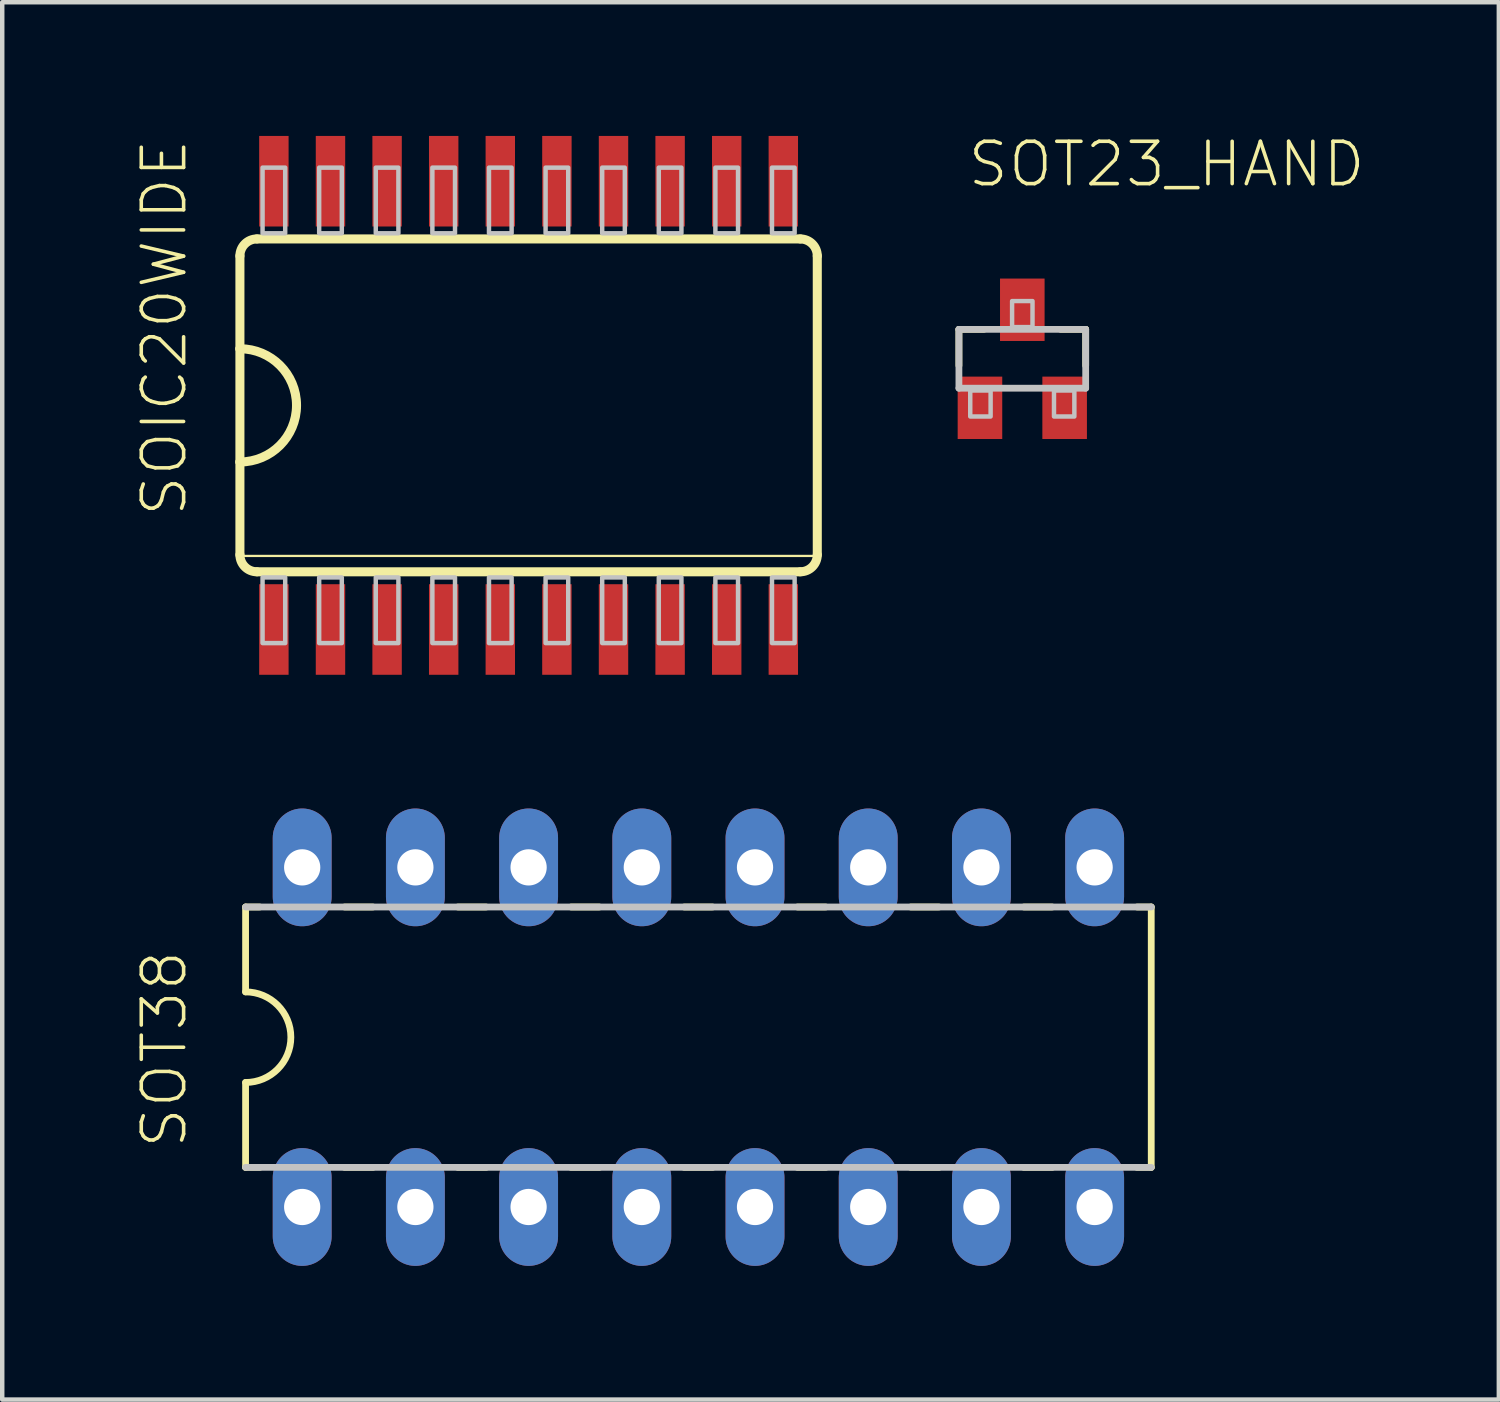
<source format=kicad_pcb>
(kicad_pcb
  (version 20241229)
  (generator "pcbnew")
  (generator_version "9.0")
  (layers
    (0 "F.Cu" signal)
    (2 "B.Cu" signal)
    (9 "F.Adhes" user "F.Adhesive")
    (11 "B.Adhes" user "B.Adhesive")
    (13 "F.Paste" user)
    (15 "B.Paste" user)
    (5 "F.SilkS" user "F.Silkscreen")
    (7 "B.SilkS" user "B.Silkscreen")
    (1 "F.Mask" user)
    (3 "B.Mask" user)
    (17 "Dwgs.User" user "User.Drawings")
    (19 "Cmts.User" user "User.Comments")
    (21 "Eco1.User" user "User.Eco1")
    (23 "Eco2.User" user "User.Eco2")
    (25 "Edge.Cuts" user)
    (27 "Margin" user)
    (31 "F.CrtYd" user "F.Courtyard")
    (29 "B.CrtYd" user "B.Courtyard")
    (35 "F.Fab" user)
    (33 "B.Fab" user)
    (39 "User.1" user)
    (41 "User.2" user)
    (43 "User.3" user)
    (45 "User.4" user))
  (footprint "SOIC20WIDE"
    (layer "F.Cu")
    (at 8.81 6.045)
    (property "Reference" "SOIC20WIDE" (at -7.62 2.54 90) (layer "F.SilkS") (effects (font (size 0.95 0.95) (thickness 0.08)) (justify left bottom)))
    (attr through_hole)
    (fp_line (start -6.477 -3.353) (end -6.477 -1.27) (stroke (width 0.203) (type solid)) (layer "F.SilkS"))
    (fp_line (start -6.477 -1.27) (end -6.477 1.27) (stroke (width 0.203) (type solid)) (layer "F.SilkS"))
    (fp_line (start -6.477 1.27) (end -6.477 3.353) (stroke (width 0.203) (type solid)) (layer "F.SilkS"))
    (fp_line (start -6.477 3.378) (end 6.477 3.378) (stroke (width 0.051) (type solid)) (layer "F.SilkS"))
    (fp_line (start -6.096 3.734) (end 6.096 3.734) (stroke (width 0.203) (type solid)) (layer "F.SilkS"))
    (fp_line (start 6.096 -3.734) (end -6.096 -3.734) (stroke (width 0.203) (type solid)) (layer "F.SilkS"))
    (fp_line (start 6.477 3.353) (end 6.477 -3.353) (stroke (width 0.203) (type solid)) (layer "F.SilkS"))
    (fp_arc (start -6.477 -3.3528) (mid -6.365408 -3.622208) (end -6.096 -3.7338) (stroke (width 0.2032) (type solid)) (layer "F.SilkS"))
    (fp_arc (start -6.477 -1.27) (mid -5.207 0) (end -6.477 1.27) (stroke (width 0.2032) (type solid)) (layer "F.SilkS"))
    (fp_arc (start -6.096 3.7338) (mid -6.365408 3.622208) (end -6.477 3.3528) (stroke (width 0.2032) (type solid)) (layer "F.SilkS"))
    (fp_arc (start 6.096 -3.7338) (mid 6.365408 -3.622208) (end 6.477 -3.3528) (stroke (width 0.2032) (type solid)) (layer "F.SilkS"))
    (fp_arc (start 6.477 3.3528) (mid 6.365408 3.622208) (end 6.096 3.7338) (stroke (width 0.2032) (type solid)) (layer "F.SilkS"))
    (fp_poly (pts (xy -5.969 -3.734) (xy -5.461 -3.734) (xy -5.461 -3.861) (xy -5.969 -3.861)) (stroke (width 0) (type solid)) (fill yes) (layer "F.SilkS"))
    (fp_poly (pts (xy -5.969 3.861) (xy -5.461 3.861) (xy -5.461 3.734) (xy -5.969 3.734)) (stroke (width 0) (type solid)) (fill yes) (layer "F.SilkS"))
    (fp_poly (pts (xy -4.699 -3.734) (xy -4.191 -3.734) (xy -4.191 -3.861) (xy -4.699 -3.861)) (stroke (width 0) (type solid)) (fill yes) (layer "F.SilkS"))
    (fp_poly (pts (xy -4.699 3.861) (xy -4.191 3.861) (xy -4.191 3.734) (xy -4.699 3.734)) (stroke (width 0) (type solid)) (fill yes) (layer "F.SilkS"))
    (fp_poly (pts (xy -3.429 -3.734) (xy -2.921 -3.734) (xy -2.921 -3.861) (xy -3.429 -3.861)) (stroke (width 0) (type solid)) (fill yes) (layer "F.SilkS"))
    (fp_poly (pts (xy -3.429 3.861) (xy -2.921 3.861) (xy -2.921 3.734) (xy -3.429 3.734)) (stroke (width 0) (type solid)) (fill yes) (layer "F.SilkS"))
    (fp_poly (pts (xy -2.159 -3.734) (xy -1.651 -3.734) (xy -1.651 -3.861) (xy -2.159 -3.861)) (stroke (width 0) (type solid)) (fill yes) (layer "F.SilkS"))
    (fp_poly (pts (xy -2.159 3.861) (xy -1.651 3.861) (xy -1.651 3.734) (xy -2.159 3.734)) (stroke (width 0) (type solid)) (fill yes) (layer "F.SilkS"))
    (fp_poly (pts (xy -0.889 -3.734) (xy -0.381 -3.734) (xy -0.381 -3.861) (xy -0.889 -3.861)) (stroke (width 0) (type solid)) (fill yes) (layer "F.SilkS"))
    (fp_poly (pts (xy -0.889 3.861) (xy -0.381 3.861) (xy -0.381 3.734) (xy -0.889 3.734)) (stroke (width 0) (type solid)) (fill yes) (layer "F.SilkS"))
    (fp_poly (pts (xy 0.381 -3.734) (xy 0.889 -3.734) (xy 0.889 -3.861) (xy 0.381 -3.861)) (stroke (width 0) (type solid)) (fill yes) (layer "F.SilkS"))
    (fp_poly (pts (xy 0.381 3.861) (xy 0.889 3.861) (xy 0.889 3.734) (xy 0.381 3.734)) (stroke (width 0) (type solid)) (fill yes) (layer "F.SilkS"))
    (fp_poly (pts (xy 1.651 -3.734) (xy 2.159 -3.734) (xy 2.159 -3.861) (xy 1.651 -3.861)) (stroke (width 0) (type solid)) (fill yes) (layer "F.SilkS"))
    (fp_poly (pts (xy 1.651 3.861) (xy 2.159 3.861) (xy 2.159 3.734) (xy 1.651 3.734)) (stroke (width 0) (type solid)) (fill yes) (layer "F.SilkS"))
    (fp_poly (pts (xy 2.921 -3.734) (xy 3.429 -3.734) (xy 3.429 -3.861) (xy 2.921 -3.861)) (stroke (width 0) (type solid)) (fill yes) (layer "F.SilkS"))
    (fp_poly (pts (xy 2.921 3.861) (xy 3.429 3.861) (xy 3.429 3.734) (xy 2.921 3.734)) (stroke (width 0) (type solid)) (fill yes) (layer "F.SilkS"))
    (fp_poly (pts (xy 4.191 -3.734) (xy 4.699 -3.734) (xy 4.699 -3.861) (xy 4.191 -3.861)) (stroke (width 0) (type solid)) (fill yes) (layer "F.SilkS"))
    (fp_poly (pts (xy 4.191 3.861) (xy 4.699 3.861) (xy 4.699 3.734) (xy 4.191 3.734)) (stroke (width 0) (type solid)) (fill yes) (layer "F.SilkS"))
    (fp_poly (pts (xy 5.461 -3.734) (xy 5.969 -3.734) (xy 5.969 -3.861) (xy 5.461 -3.861)) (stroke (width 0) (type solid)) (fill yes) (layer "F.SilkS"))
    (fp_poly (pts (xy 5.461 3.861) (xy 5.969 3.861) (xy 5.969 3.734) (xy 5.461 3.734)) (stroke (width 0) (type solid)) (fill yes) (layer "F.SilkS"))
    (fp_poly (pts (xy -5.969 -3.861) (xy -5.461 -3.861) (xy -5.461 -5.334) (xy -5.969 -5.334)) (stroke (width 0.1) (type solid)) (fill no) (layer "Dwgs.User"))
    (fp_poly (pts (xy -5.969 5.334) (xy -5.461 5.334) (xy -5.461 3.861) (xy -5.969 3.861)) (stroke (width 0.1) (type solid)) (fill no) (layer "Dwgs.User"))
    (fp_poly (pts (xy -4.699 -3.861) (xy -4.191 -3.861) (xy -4.191 -5.334) (xy -4.699 -5.334)) (stroke (width 0.1) (type solid)) (fill no) (layer "Dwgs.User"))
    (fp_poly (pts (xy -4.699 5.334) (xy -4.191 5.334) (xy -4.191 3.861) (xy -4.699 3.861)) (stroke (width 0.1) (type solid)) (fill no) (layer "Dwgs.User"))
    (fp_poly (pts (xy -3.429 -3.861) (xy -2.921 -3.861) (xy -2.921 -5.334) (xy -3.429 -5.334)) (stroke (width 0.1) (type solid)) (fill no) (layer "Dwgs.User"))
    (fp_poly (pts (xy -3.429 5.334) (xy -2.921 5.334) (xy -2.921 3.861) (xy -3.429 3.861)) (stroke (width 0.1) (type solid)) (fill no) (layer "Dwgs.User"))
    (fp_poly (pts (xy -2.159 -3.861) (xy -1.651 -3.861) (xy -1.651 -5.334) (xy -2.159 -5.334)) (stroke (width 0.1) (type solid)) (fill no) (layer "Dwgs.User"))
    (fp_poly (pts (xy -2.159 5.334) (xy -1.651 5.334) (xy -1.651 3.861) (xy -2.159 3.861)) (stroke (width 0.1) (type solid)) (fill no) (layer "Dwgs.User"))
    (fp_poly (pts (xy -0.889 -3.861) (xy -0.381 -3.861) (xy -0.381 -5.334) (xy -0.889 -5.334)) (stroke (width 0.1) (type solid)) (fill no) (layer "Dwgs.User"))
    (fp_poly (pts (xy -0.889 5.334) (xy -0.381 5.334) (xy -0.381 3.861) (xy -0.889 3.861)) (stroke (width 0.1) (type solid)) (fill no) (layer "Dwgs.User"))
    (fp_poly (pts (xy 0.381 -3.861) (xy 0.889 -3.861) (xy 0.889 -5.334) (xy 0.381 -5.334)) (stroke (width 0.1) (type solid)) (fill no) (layer "Dwgs.User"))
    (fp_poly (pts (xy 0.381 5.334) (xy 0.889 5.334) (xy 0.889 3.861) (xy 0.381 3.861)) (stroke (width 0.1) (type solid)) (fill no) (layer "Dwgs.User"))
    (fp_poly (pts (xy 1.651 -3.861) (xy 2.159 -3.861) (xy 2.159 -5.334) (xy 1.651 -5.334)) (stroke (width 0.1) (type solid)) (fill no) (layer "Dwgs.User"))
    (fp_poly (pts (xy 1.651 5.334) (xy 2.159 5.334) (xy 2.159 3.861) (xy 1.651 3.861)) (stroke (width 0.1) (type solid)) (fill no) (layer "Dwgs.User"))
    (fp_poly (pts (xy 2.921 -3.861) (xy 3.429 -3.861) (xy 3.429 -5.334) (xy 2.921 -5.334)) (stroke (width 0.1) (type solid)) (fill no) (layer "Dwgs.User"))
    (fp_poly (pts (xy 2.921 5.334) (xy 3.429 5.334) (xy 3.429 3.861) (xy 2.921 3.861)) (stroke (width 0.1) (type solid)) (fill no) (layer "Dwgs.User"))
    (fp_poly (pts (xy 4.191 -3.861) (xy 4.699 -3.861) (xy 4.699 -5.334) (xy 4.191 -5.334)) (stroke (width 0.1) (type solid)) (fill no) (layer "Dwgs.User"))
    (fp_poly (pts (xy 4.191 5.334) (xy 4.699 5.334) (xy 4.699 3.861) (xy 4.191 3.861)) (stroke (width 0.1) (type solid)) (fill no) (layer "Dwgs.User"))
    (fp_poly (pts (xy 5.461 -3.861) (xy 5.969 -3.861) (xy 5.969 -5.334) (xy 5.461 -5.334)) (stroke (width 0.1) (type solid)) (fill no) (layer "Dwgs.User"))
    (fp_poly (pts (xy 5.461 5.334) (xy 5.969 5.334) (xy 5.969 3.861) (xy 5.461 3.861)) (stroke (width 0.1) (type solid)) (fill no) (layer "Dwgs.User"))
    (pad "1" smd rect (at -5.715 5.029) (size 0.66 2.032) (layers "F.Cu" "F.Mask" "F.Paste"))
    (pad "2" smd rect (at -4.445 5.029) (size 0.66 2.032) (layers "F.Cu" "F.Mask" "F.Paste"))
    (pad "3" smd rect (at -3.175 5.029) (size 0.66 2.032) (layers "F.Cu" "F.Mask" "F.Paste"))
    (pad "4" smd rect (at -1.905 5.029) (size 0.66 2.032) (layers "F.Cu" "F.Mask" "F.Paste"))
    (pad "5" smd rect (at -0.635 5.029) (size 0.66 2.032) (layers "F.Cu" "F.Mask" "F.Paste"))
    (pad "6" smd rect (at 0.635 5.029) (size 0.66 2.032) (layers "F.Cu" "F.Mask" "F.Paste"))
    (pad "7" smd rect (at 1.905 5.029) (size 0.66 2.032) (layers "F.Cu" "F.Mask" "F.Paste"))
    (pad "8" smd rect (at 3.175 5.029) (size 0.66 2.032) (layers "F.Cu" "F.Mask" "F.Paste"))
    (pad "9" smd rect (at 4.445 5.029) (size 0.66 2.032) (layers "F.Cu" "F.Mask" "F.Paste"))
    (pad "10" smd rect (at 5.715 5.029) (size 0.66 2.032) (layers "F.Cu" "F.Mask" "F.Paste"))
    (pad "11" smd rect (at 5.715 -5.029) (size 0.66 2.032) (layers "F.Cu" "F.Mask" "F.Paste"))
    (pad "12" smd rect (at 4.445 -5.029) (size 0.66 2.032) (layers "F.Cu" "F.Mask" "F.Paste"))
    (pad "13" smd rect (at 3.175 -5.029) (size 0.66 2.032) (layers "F.Cu" "F.Mask" "F.Paste"))
    (pad "14" smd rect (at 1.905 -5.029) (size 0.66 2.032) (layers "F.Cu" "F.Mask" "F.Paste"))
    (pad "15" smd rect (at 0.635 -5.029) (size 0.66 2.032) (layers "F.Cu" "F.Mask" "F.Paste"))
    (pad "16" smd rect (at -0.635 -5.029) (size 0.66 2.032) (layers "F.Cu" "F.Mask" "F.Paste"))
    (pad "17" smd rect (at -1.905 -5.029) (size 0.66 2.032) (layers "F.Cu" "F.Mask" "F.Paste"))
    (pad "18" smd rect (at -3.175 -5.029) (size 0.66 2.032) (layers "F.Cu" "F.Mask" "F.Paste"))
    (pad "19" smd rect (at -4.445 -5.029) (size 0.66 2.032) (layers "F.Cu" "F.Mask" "F.Paste"))
    (pad "20" smd rect (at -5.715 -5.029) (size 0.66 2.032) (layers "F.Cu" "F.Mask" "F.Paste")))
  (footprint "SOT38"
    (layer "F.Cu")
    (at 12.62 20.221)
    (property "Reference" "SOT38" (at -11.43 2.54 90) (layer "F.SilkS") (effects (font (size 0.95 0.95) (thickness 0.08)) (justify left bottom)))
    (attr through_hole)
    (fp_line (start -10.16 -2.921) (end -10.16 -1.016) (stroke (width 0.152) (type solid)) (layer "F.SilkS"))
    (fp_line (start -10.16 2.921) (end -10.16 1.016) (stroke (width 0.152) (type solid)) (layer "F.SilkS"))
    (fp_line (start -9.842 -2.921) (end -10.16 -2.921) (stroke (width 0.152) (type solid)) (layer "F.SilkS"))
    (fp_line (start -9.842 2.921) (end -10.16 2.921) (stroke (width 0.152) (type solid)) (layer "F.SilkS"))
    (fp_line (start -7.303 -2.921) (end -7.938 -2.921) (stroke (width 0.152) (type solid)) (layer "F.SilkS"))
    (fp_line (start -7.303 2.921) (end -7.938 2.921) (stroke (width 0.152) (type solid)) (layer "F.SilkS"))
    (fp_line (start -4.763 -2.921) (end -5.397 -2.921) (stroke (width 0.152) (type solid)) (layer "F.SilkS"))
    (fp_line (start -4.763 2.921) (end -5.397 2.921) (stroke (width 0.152) (type solid)) (layer "F.SilkS"))
    (fp_line (start -2.223 -2.921) (end -2.857 -2.921) (stroke (width 0.152) (type solid)) (layer "F.SilkS"))
    (fp_line (start -2.223 2.921) (end -2.857 2.921) (stroke (width 0.152) (type solid)) (layer "F.SilkS"))
    (fp_line (start 0.318 -2.921) (end -0.318 -2.921) (stroke (width 0.152) (type solid)) (layer "F.SilkS"))
    (fp_line (start 0.318 2.921) (end -0.318 2.921) (stroke (width 0.152) (type solid)) (layer "F.SilkS"))
    (fp_line (start 2.857 -2.921) (end 2.223 -2.921) (stroke (width 0.152) (type solid)) (layer "F.SilkS"))
    (fp_line (start 2.857 2.921) (end 2.223 2.921) (stroke (width 0.152) (type solid)) (layer "F.SilkS"))
    (fp_line (start 5.397 -2.921) (end 4.763 -2.921) (stroke (width 0.152) (type solid)) (layer "F.SilkS"))
    (fp_line (start 5.397 2.921) (end 4.763 2.921) (stroke (width 0.152) (type solid)) (layer "F.SilkS"))
    (fp_line (start 7.938 -2.921) (end 7.303 -2.921) (stroke (width 0.152) (type solid)) (layer "F.SilkS"))
    (fp_line (start 7.938 2.921) (end 7.303 2.921) (stroke (width 0.152) (type solid)) (layer "F.SilkS"))
    (fp_line (start 10.16 -2.921) (end 9.842 -2.921) (stroke (width 0.152) (type solid)) (layer "F.SilkS"))
    (fp_line (start 10.16 -2.921) (end 10.16 2.921) (stroke (width 0.152) (type solid)) (layer "F.SilkS"))
    (fp_line (start 10.16 2.921) (end 9.842 2.921) (stroke (width 0.152) (type solid)) (layer "F.SilkS"))
    (fp_arc (start -10.16 -1.016) (mid -9.144 0) (end -10.16 1.016) (stroke (width 0.1524) (type solid)) (layer "F.SilkS"))
    (fp_line (start -10.16 2.921) (end 10.16 2.921) (stroke (width 0.152) (type solid)) (layer "Dwgs.User"))
    (fp_line (start 10.16 -2.921) (end -10.16 -2.921) (stroke (width 0.152) (type solid)) (layer "Dwgs.User"))
    (pad "1" thru_hole oval (at -8.89 3.81 90) (size 2.642 1.321) (drill 0.813) (layers "*.Cu" "*.Mask"))
    (pad "2" thru_hole oval (at -6.35 3.81 90) (size 2.642 1.321) (drill 0.813) (layers "*.Cu" "*.Mask"))
    (pad "3" thru_hole oval (at -3.81 3.81 90) (size 2.642 1.321) (drill 0.813) (layers "*.Cu" "*.Mask"))
    (pad "4" thru_hole oval (at -1.27 3.81 90) (size 2.642 1.321) (drill 0.813) (layers "*.Cu" "*.Mask"))
    (pad "5" thru_hole oval (at 1.27 3.81 90) (size 2.642 1.321) (drill 0.813) (layers "*.Cu" "*.Mask"))
    (pad "6" thru_hole oval (at 3.81 3.81 90) (size 2.642 1.321) (drill 0.813) (layers "*.Cu" "*.Mask"))
    (pad "7" thru_hole oval (at 6.35 3.81 90) (size 2.642 1.321) (drill 0.813) (layers "*.Cu" "*.Mask"))
    (pad "8" thru_hole oval (at 8.89 3.81 90) (size 2.642 1.321) (drill 0.813) (layers "*.Cu" "*.Mask"))
    (pad "9" thru_hole oval (at 8.89 -3.81 90) (size 2.642 1.321) (drill 0.813) (layers "*.Cu" "*.Mask"))
    (pad "10" thru_hole oval (at 6.35 -3.81 90) (size 2.642 1.321) (drill 0.813) (layers "*.Cu" "*.Mask"))
    (pad "11" thru_hole oval (at 3.81 -3.81 90) (size 2.642 1.321) (drill 0.813) (layers "*.Cu" "*.Mask"))
    (pad "12" thru_hole oval (at 1.27 -3.81 90) (size 2.642 1.321) (drill 0.813) (layers "*.Cu" "*.Mask"))
    (pad "13" thru_hole oval (at -1.27 -3.81 90) (size 2.642 1.321) (drill 0.813) (layers "*.Cu" "*.Mask"))
    (pad "14" thru_hole oval (at -3.81 -3.81 90) (size 2.642 1.321) (drill 0.813) (layers "*.Cu" "*.Mask"))
    (pad "15" thru_hole oval (at -6.35 -3.81 90) (size 2.642 1.321) (drill 0.813) (layers "*.Cu" "*.Mask"))
    (pad "16" thru_hole oval (at -8.89 -3.81 90) (size 2.642 1.321) (drill 0.813) (layers "*.Cu" "*.Mask")))
  (footprint "SOT23_HAND"
    (layer "F.Cu")
    (at 19.887 5)
    (property "Reference" "SOT23_HAND" (at -1.27 -3.81 0) (layer "F.SilkS") (effects (font (size 0.95 0.95) (thickness 0.08)) (justify left bottom)))
    (attr through_hole)
    (fp_line (start -1.422 -0.66) (end -0.864 -0.66) (stroke (width 0.152) (type solid)) (layer "F.SilkS"))
    (fp_line (start -1.422 0.152) (end -1.422 -0.66) (stroke (width 0.152) (type solid)) (layer "F.SilkS"))
    (fp_line (start 0.864 -0.66) (end 1.422 -0.66) (stroke (width 0.152) (type solid)) (layer "F.SilkS"))
    (fp_line (start 1.422 -0.66) (end 1.422 0.152) (stroke (width 0.152) (type solid)) (layer "F.SilkS"))
    (fp_line (start -1.422 -0.66) (end 1.422 -0.66) (stroke (width 0.152) (type solid)) (layer "Dwgs.User"))
    (fp_line (start -1.422 0.66) (end -1.422 -0.66) (stroke (width 0.152) (type solid)) (layer "Dwgs.User"))
    (fp_line (start 1.422 -0.66) (end 1.422 0.66) (stroke (width 0.152) (type solid)) (layer "Dwgs.User"))
    (fp_line (start 1.422 0.66) (end -1.422 0.66) (stroke (width 0.152) (type solid)) (layer "Dwgs.User"))
    (fp_poly (pts (xy -1.168 1.295) (xy -0.711 1.295) (xy -0.711 0.711) (xy -1.168 0.711)) (stroke (width 0.1) (type solid)) (fill no) (layer "Dwgs.User"))
    (fp_poly (pts (xy -0.229 -0.711) (xy 0.229 -0.711) (xy 0.229 -1.295) (xy -0.229 -1.295)) (stroke (width 0.1) (type solid)) (fill no) (layer "Dwgs.User"))
    (fp_poly (pts (xy 0.711 1.295) (xy 1.168 1.295) (xy 1.168 0.711) (xy 0.711 0.711)) (stroke (width 0.1) (type solid)) (fill no) (layer "Dwgs.User"))
    (pad "1" smd rect (at -0.95 1.1) (size 1 1.4) (layers "F.Cu" "F.Mask" "F.Paste"))
    (pad "2" smd rect (at 0.95 1.1) (size 1 1.4) (layers "F.Cu" "F.Mask" "F.Paste"))
    (pad "3" smd rect (at 0 -1.1) (size 1 1.4) (layers "F.Cu" "F.Mask" "F.Paste")))
  (gr_rect
    (start -3 -3)
    (end 30.579 28.352)
    (stroke (width 0.1) (type default))
    (fill no)
    (layer "Edge.Cuts")))
</source>
